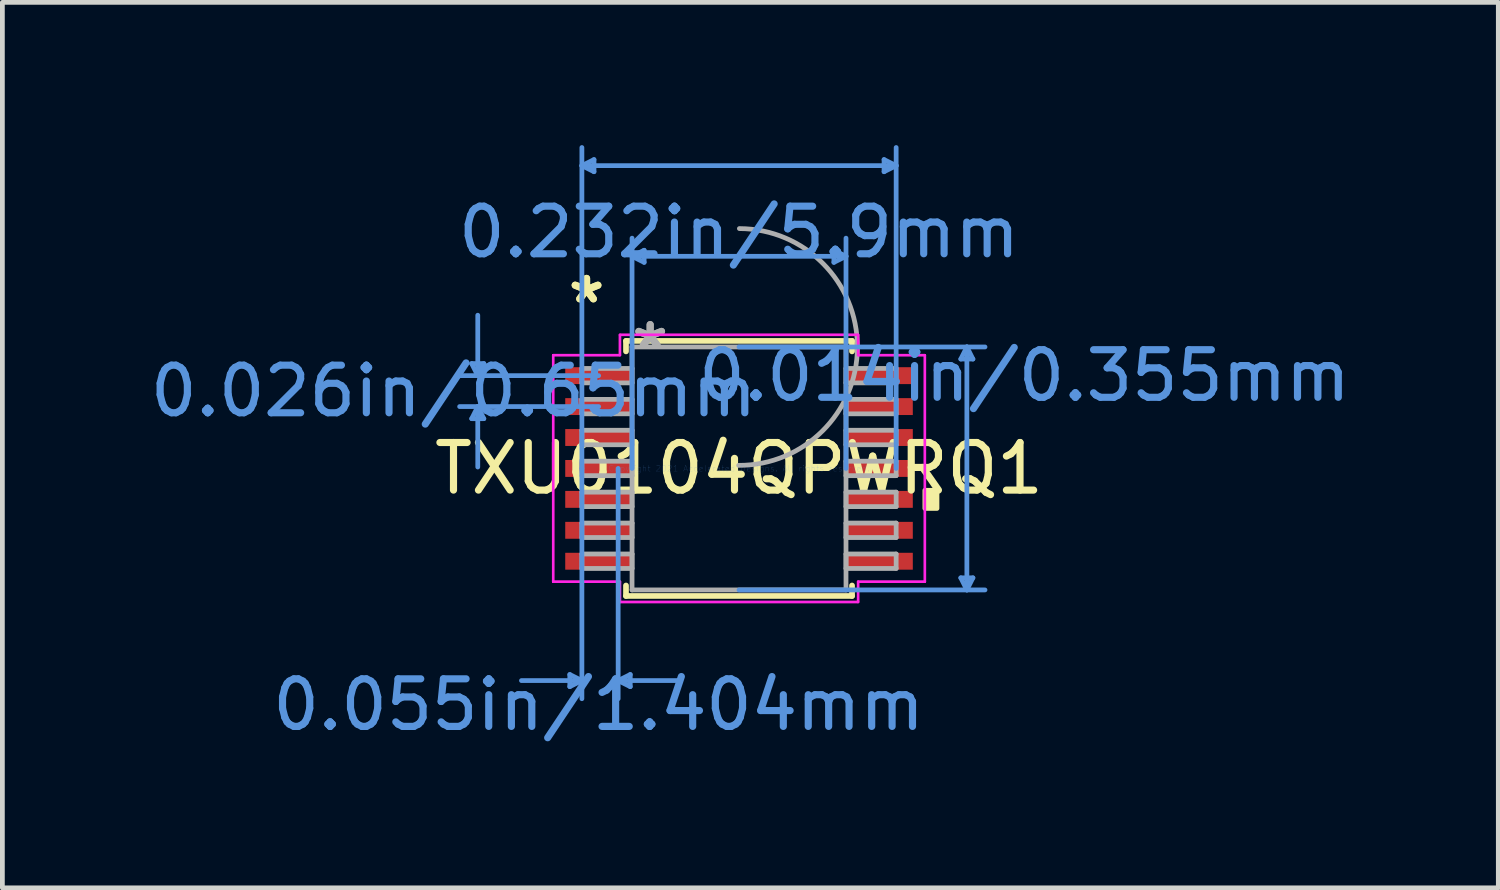
<source format=kicad_pcb>
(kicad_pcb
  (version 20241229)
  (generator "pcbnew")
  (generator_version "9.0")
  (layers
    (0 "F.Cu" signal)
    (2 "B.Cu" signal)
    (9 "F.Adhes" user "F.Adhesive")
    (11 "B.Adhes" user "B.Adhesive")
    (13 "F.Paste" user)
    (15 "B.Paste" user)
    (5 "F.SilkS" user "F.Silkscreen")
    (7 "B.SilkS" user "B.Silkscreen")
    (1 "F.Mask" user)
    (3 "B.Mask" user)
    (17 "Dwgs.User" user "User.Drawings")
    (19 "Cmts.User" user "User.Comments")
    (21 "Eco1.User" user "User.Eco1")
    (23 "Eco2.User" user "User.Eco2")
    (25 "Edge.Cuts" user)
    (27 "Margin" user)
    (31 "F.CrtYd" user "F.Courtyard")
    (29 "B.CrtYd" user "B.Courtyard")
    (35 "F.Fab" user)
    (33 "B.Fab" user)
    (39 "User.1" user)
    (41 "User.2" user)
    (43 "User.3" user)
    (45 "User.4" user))
  (footprint "TXU0104QPWRQ1"
    (layer "F.Cu")
    (at 12.48 6.794)
    (property "Reference" "TXU0104QPWRQ1" (at 0 0 0) (layer "F.SilkS") (effects (font (size 1 1) (thickness 0.15))))
    (attr through_hole)
    (fp_line (start -2.375 -2.68) (end -2.375 -2.46) (stroke (width 0.12) (type solid)) (layer "F.SilkS"))
    (fp_line (start -2.375 2.46) (end -2.375 2.68) (stroke (width 0.12) (type solid)) (layer "F.SilkS"))
    (fp_line (start -2.375 2.68) (end 2.375 2.68) (stroke (width 0.12) (type solid)) (layer "F.SilkS"))
    (fp_line (start 2.375 -2.68) (end -2.375 -2.68) (stroke (width 0.12) (type solid)) (layer "F.SilkS"))
    (fp_line (start 2.375 -2.46) (end 2.375 -2.68) (stroke (width 0.12) (type solid)) (layer "F.SilkS"))
    (fp_line (start 2.375 2.68) (end 2.375 2.46) (stroke (width 0.12) (type solid)) (layer "F.SilkS"))
    (fp_poly (pts (xy 4.16 0.459) (xy 4.16 0.84) (xy 3.906 0.84) (xy 3.906 0.459)) (stroke (width 0.1) (type solid)) (fill yes) (layer "F.SilkS"))
    (fp_line (start -5.617 -2.204) (end -5.363 -2.204) (stroke (width 0.1) (type solid)) (layer "Cmts.User"))
    (fp_line (start -5.617 -1.046) (end -5.363 -1.046) (stroke (width 0.1) (type solid)) (layer "Cmts.User"))
    (fp_line (start -5.49 -1.95) (end -5.617 -2.204) (stroke (width 0.1) (type solid)) (layer "Cmts.User"))
    (fp_line (start -5.49 -1.95) (end -5.49 -3.22) (stroke (width 0.1) (type solid)) (layer "Cmts.User"))
    (fp_line (start -5.49 -1.95) (end -5.363 -2.204) (stroke (width 0.1) (type solid)) (layer "Cmts.User"))
    (fp_line (start -5.49 -1.3) (end -5.617 -1.046) (stroke (width 0.1) (type solid)) (layer "Cmts.User"))
    (fp_line (start -5.49 -1.3) (end -5.49 -0.03) (stroke (width 0.1) (type solid)) (layer "Cmts.User"))
    (fp_line (start -5.49 -1.3) (end -5.363 -1.046) (stroke (width 0.1) (type solid)) (layer "Cmts.User"))
    (fp_line (start -3.556 4.331) (end -3.556 4.585) (stroke (width 0.1) (type solid)) (layer "Cmts.User"))
    (fp_line (start -3.302 -6.363) (end -3.048 -6.49) (stroke (width 0.1) (type solid)) (layer "Cmts.User"))
    (fp_line (start -3.302 -6.363) (end -3.048 -6.236) (stroke (width 0.1) (type solid)) (layer "Cmts.User"))
    (fp_line (start -3.302 -6.363) (end 3.302 -6.363) (stroke (width 0.1) (type solid)) (layer "Cmts.User"))
    (fp_line (start -3.302 0) (end -3.302 -6.744) (stroke (width 0.1) (type solid)) (layer "Cmts.User"))
    (fp_line (start -3.302 0) (end -3.302 4.839) (stroke (width 0.1) (type solid)) (layer "Cmts.User"))
    (fp_line (start -3.302 4.458) (end -4.572 4.458) (stroke (width 0.1) (type solid)) (layer "Cmts.User"))
    (fp_line (start -3.302 4.458) (end -3.556 4.331) (stroke (width 0.1) (type solid)) (layer "Cmts.User"))
    (fp_line (start -3.302 4.458) (end -3.556 4.585) (stroke (width 0.1) (type solid)) (layer "Cmts.User"))
    (fp_line (start -3.048 -6.49) (end -3.048 -6.236) (stroke (width 0.1) (type solid)) (layer "Cmts.User"))
    (fp_line (start -2.95 -1.95) (end -5.871 -1.95) (stroke (width 0.1) (type solid)) (layer "Cmts.User"))
    (fp_line (start -2.95 -1.3) (end -5.871 -1.3) (stroke (width 0.1) (type solid)) (layer "Cmts.User"))
    (fp_line (start -2.54 0) (end -2.54 4.839) (stroke (width 0.1) (type solid)) (layer "Cmts.User"))
    (fp_line (start -2.54 4.458) (end -2.286 4.331) (stroke (width 0.1) (type solid)) (layer "Cmts.User"))
    (fp_line (start -2.54 4.458) (end -2.286 4.585) (stroke (width 0.1) (type solid)) (layer "Cmts.User"))
    (fp_line (start -2.54 4.458) (end -1.27 4.458) (stroke (width 0.1) (type solid)) (layer "Cmts.User"))
    (fp_line (start -2.286 4.331) (end -2.286 4.585) (stroke (width 0.1) (type solid)) (layer "Cmts.User"))
    (fp_line (start -2.248 -4.458) (end -1.994 -4.585) (stroke (width 0.1) (type solid)) (layer "Cmts.User"))
    (fp_line (start -2.248 -4.458) (end -1.994 -4.331) (stroke (width 0.1) (type solid)) (layer "Cmts.User"))
    (fp_line (start -2.248 -4.458) (end 2.248 -4.458) (stroke (width 0.1) (type solid)) (layer "Cmts.User"))
    (fp_line (start -2.248 0) (end -2.248 -4.839) (stroke (width 0.1) (type solid)) (layer "Cmts.User"))
    (fp_line (start -1.994 -4.585) (end -1.994 -4.331) (stroke (width 0.1) (type solid)) (layer "Cmts.User"))
    (fp_line (start 0 -2.553) (end 5.169 -2.553) (stroke (width 0.1) (type solid)) (layer "Cmts.User"))
    (fp_line (start 0 2.553) (end 5.169 2.553) (stroke (width 0.1) (type solid)) (layer "Cmts.User"))
    (fp_line (start 1.994 -4.585) (end 1.994 -4.331) (stroke (width 0.1) (type solid)) (layer "Cmts.User"))
    (fp_line (start 2.248 -4.458) (end 1.994 -4.585) (stroke (width 0.1) (type solid)) (layer "Cmts.User"))
    (fp_line (start 2.248 -4.458) (end 1.994 -4.331) (stroke (width 0.1) (type solid)) (layer "Cmts.User"))
    (fp_line (start 2.248 0) (end 2.248 -4.839) (stroke (width 0.1) (type solid)) (layer "Cmts.User"))
    (fp_line (start 3.048 -6.49) (end 3.048 -6.236) (stroke (width 0.1) (type solid)) (layer "Cmts.User"))
    (fp_line (start 3.302 -6.363) (end 3.048 -6.49) (stroke (width 0.1) (type solid)) (layer "Cmts.User"))
    (fp_line (start 3.302 -6.363) (end 3.048 -6.236) (stroke (width 0.1) (type solid)) (layer "Cmts.User"))
    (fp_line (start 3.302 0) (end 3.302 -6.744) (stroke (width 0.1) (type solid)) (layer "Cmts.User"))
    (fp_line (start 4.661 -2.299) (end 4.915 -2.299) (stroke (width 0.1) (type solid)) (layer "Cmts.User"))
    (fp_line (start 4.661 2.299) (end 4.915 2.299) (stroke (width 0.1) (type solid)) (layer "Cmts.User"))
    (fp_line (start 4.788 -2.553) (end 4.661 -2.299) (stroke (width 0.1) (type solid)) (layer "Cmts.User"))
    (fp_line (start 4.788 -2.553) (end 4.788 2.553) (stroke (width 0.1) (type solid)) (layer "Cmts.User"))
    (fp_line (start 4.788 -2.553) (end 4.915 -2.299) (stroke (width 0.1) (type solid)) (layer "Cmts.User"))
    (fp_line (start 4.788 2.553) (end 4.661 2.299) (stroke (width 0.1) (type solid)) (layer "Cmts.User"))
    (fp_line (start 4.788 2.553) (end 4.915 2.299) (stroke (width 0.1) (type solid)) (layer "Cmts.User"))
    (fp_line (start -3.906 -2.381) (end -2.502 -2.381) (stroke (width 0.05) (type solid)) (layer "F.CrtYd"))
    (fp_line (start -3.906 -2.381) (end -2.502 -2.381) (stroke (width 0.05) (type solid)) (layer "F.CrtYd"))
    (fp_line (start -3.906 2.381) (end -3.906 -2.381) (stroke (width 0.05) (type solid)) (layer "F.CrtYd"))
    (fp_line (start -3.906 2.381) (end -3.906 -2.381) (stroke (width 0.05) (type solid)) (layer "F.CrtYd"))
    (fp_line (start -3.906 2.381) (end -2.502 2.381) (stroke (width 0.05) (type solid)) (layer "F.CrtYd"))
    (fp_line (start -2.502 -2.807) (end 2.502 -2.807) (stroke (width 0.05) (type solid)) (layer "F.CrtYd"))
    (fp_line (start -2.502 -2.807) (end 2.502 -2.807) (stroke (width 0.05) (type solid)) (layer "F.CrtYd"))
    (fp_line (start -2.502 -2.381) (end -2.502 -2.807) (stroke (width 0.05) (type solid)) (layer "F.CrtYd"))
    (fp_line (start -2.502 -2.381) (end -2.502 -2.807) (stroke (width 0.05) (type solid)) (layer "F.CrtYd"))
    (fp_line (start -2.502 2.381) (end -3.906 2.381) (stroke (width 0.05) (type solid)) (layer "F.CrtYd"))
    (fp_line (start -2.502 2.807) (end -2.502 2.381) (stroke (width 0.05) (type solid)) (layer "F.CrtYd"))
    (fp_line (start -2.502 2.807) (end -2.502 2.381) (stroke (width 0.05) (type solid)) (layer "F.CrtYd"))
    (fp_line (start 2.502 -2.807) (end 2.502 -2.381) (stroke (width 0.05) (type solid)) (layer "F.CrtYd"))
    (fp_line (start 2.502 -2.807) (end 2.502 -2.381) (stroke (width 0.05) (type solid)) (layer "F.CrtYd"))
    (fp_line (start 2.502 -2.381) (end 3.906 -2.381) (stroke (width 0.05) (type solid)) (layer "F.CrtYd"))
    (fp_line (start 2.502 2.381) (end 2.502 2.807) (stroke (width 0.05) (type solid)) (layer "F.CrtYd"))
    (fp_line (start 2.502 2.381) (end 2.502 2.807) (stroke (width 0.05) (type solid)) (layer "F.CrtYd"))
    (fp_line (start 2.502 2.807) (end -2.502 2.807) (stroke (width 0.05) (type solid)) (layer "F.CrtYd"))
    (fp_line (start 2.502 2.807) (end -2.502 2.807) (stroke (width 0.05) (type solid)) (layer "F.CrtYd"))
    (fp_line (start 3.906 -2.381) (end 2.502 -2.381) (stroke (width 0.05) (type solid)) (layer "F.CrtYd"))
    (fp_line (start 3.906 -2.381) (end 3.906 2.381) (stroke (width 0.05) (type solid)) (layer "F.CrtYd"))
    (fp_line (start 3.906 -2.381) (end 3.906 2.381) (stroke (width 0.05) (type solid)) (layer "F.CrtYd"))
    (fp_line (start 3.906 2.381) (end 2.502 2.381) (stroke (width 0.05) (type solid)) (layer "F.CrtYd"))
    (fp_line (start 3.906 2.381) (end 2.502 2.381) (stroke (width 0.05) (type solid)) (layer "F.CrtYd"))
    (fp_line (start -3.302 -2.102) (end -3.302 -1.798) (stroke (width 0.1) (type solid)) (layer "F.Fab"))
    (fp_line (start -3.302 -1.798) (end -2.248 -1.798) (stroke (width 0.1) (type solid)) (layer "F.Fab"))
    (fp_line (start -3.302 -1.452) (end -3.302 -1.148) (stroke (width 0.1) (type solid)) (layer "F.Fab"))
    (fp_line (start -3.302 -1.148) (end -2.248 -1.148) (stroke (width 0.1) (type solid)) (layer "F.Fab"))
    (fp_line (start -3.302 -0.802) (end -3.302 -0.498) (stroke (width 0.1) (type solid)) (layer "F.Fab"))
    (fp_line (start -3.302 -0.498) (end -2.248 -0.498) (stroke (width 0.1) (type solid)) (layer "F.Fab"))
    (fp_line (start -3.302 -0.152) (end -3.302 0.152) (stroke (width 0.1) (type solid)) (layer "F.Fab"))
    (fp_line (start -3.302 0.152) (end -2.248 0.152) (stroke (width 0.1) (type solid)) (layer "F.Fab"))
    (fp_line (start -3.302 0.498) (end -3.302 0.802) (stroke (width 0.1) (type solid)) (layer "F.Fab"))
    (fp_line (start -3.302 0.802) (end -2.248 0.802) (stroke (width 0.1) (type solid)) (layer "F.Fab"))
    (fp_line (start -3.302 1.148) (end -3.302 1.452) (stroke (width 0.1) (type solid)) (layer "F.Fab"))
    (fp_line (start -3.302 1.452) (end -2.248 1.452) (stroke (width 0.1) (type solid)) (layer "F.Fab"))
    (fp_line (start -3.302 1.798) (end -3.302 2.102) (stroke (width 0.1) (type solid)) (layer "F.Fab"))
    (fp_line (start -3.302 2.102) (end -2.248 2.102) (stroke (width 0.1) (type solid)) (layer "F.Fab"))
    (fp_line (start -2.248 -2.553) (end -2.248 2.553) (stroke (width 0.1) (type solid)) (layer "F.Fab"))
    (fp_line (start -2.248 -2.102) (end -3.302 -2.102) (stroke (width 0.1) (type solid)) (layer "F.Fab"))
    (fp_line (start -2.248 -1.798) (end -2.248 -2.102) (stroke (width 0.1) (type solid)) (layer "F.Fab"))
    (fp_line (start -2.248 -1.452) (end -3.302 -1.452) (stroke (width 0.1) (type solid)) (layer "F.Fab"))
    (fp_line (start -2.248 -1.148) (end -2.248 -1.452) (stroke (width 0.1) (type solid)) (layer "F.Fab"))
    (fp_line (start -2.248 -0.802) (end -3.302 -0.802) (stroke (width 0.1) (type solid)) (layer "F.Fab"))
    (fp_line (start -2.248 -0.498) (end -2.248 -0.802) (stroke (width 0.1) (type solid)) (layer "F.Fab"))
    (fp_line (start -2.248 -0.152) (end -3.302 -0.152) (stroke (width 0.1) (type solid)) (layer "F.Fab"))
    (fp_line (start -2.248 0.152) (end -2.248 -0.152) (stroke (width 0.1) (type solid)) (layer "F.Fab"))
    (fp_line (start -2.248 0.498) (end -3.302 0.498) (stroke (width 0.1) (type solid)) (layer "F.Fab"))
    (fp_line (start -2.248 0.802) (end -2.248 0.498) (stroke (width 0.1) (type solid)) (layer "F.Fab"))
    (fp_line (start -2.248 1.148) (end -3.302 1.148) (stroke (width 0.1) (type solid)) (layer "F.Fab"))
    (fp_line (start -2.248 1.452) (end -2.248 1.148) (stroke (width 0.1) (type solid)) (layer "F.Fab"))
    (fp_line (start -2.248 1.798) (end -3.302 1.798) (stroke (width 0.1) (type solid)) (layer "F.Fab"))
    (fp_line (start -2.248 2.102) (end -2.248 1.798) (stroke (width 0.1) (type solid)) (layer "F.Fab"))
    (fp_line (start -2.248 2.553) (end 2.248 2.553) (stroke (width 0.1) (type solid)) (layer "F.Fab"))
    (fp_line (start 2.248 -2.553) (end -2.248 -2.553) (stroke (width 0.1) (type solid)) (layer "F.Fab"))
    (fp_line (start 2.248 -2.102) (end 2.248 -1.798) (stroke (width 0.1) (type solid)) (layer "F.Fab"))
    (fp_line (start 2.248 -1.798) (end 3.302 -1.798) (stroke (width 0.1) (type solid)) (layer "F.Fab"))
    (fp_line (start 2.248 -1.452) (end 2.248 -1.148) (stroke (width 0.1) (type solid)) (layer "F.Fab"))
    (fp_line (start 2.248 -1.148) (end 3.302 -1.148) (stroke (width 0.1) (type solid)) (layer "F.Fab"))
    (fp_line (start 2.248 -0.802) (end 2.248 -0.498) (stroke (width 0.1) (type solid)) (layer "F.Fab"))
    (fp_line (start 2.248 -0.498) (end 3.302 -0.498) (stroke (width 0.1) (type solid)) (layer "F.Fab"))
    (fp_line (start 2.248 -0.152) (end 2.248 0.152) (stroke (width 0.1) (type solid)) (layer "F.Fab"))
    (fp_line (start 2.248 0.152) (end 3.302 0.152) (stroke (width 0.1) (type solid)) (layer "F.Fab"))
    (fp_line (start 2.248 0.498) (end 2.248 0.802) (stroke (width 0.1) (type solid)) (layer "F.Fab"))
    (fp_line (start 2.248 0.802) (end 3.302 0.802) (stroke (width 0.1) (type solid)) (layer "F.Fab"))
    (fp_line (start 2.248 1.148) (end 2.248 1.452) (stroke (width 0.1) (type solid)) (layer "F.Fab"))
    (fp_line (start 2.248 1.452) (end 3.302 1.452) (stroke (width 0.1) (type solid)) (layer "F.Fab"))
    (fp_line (start 2.248 1.798) (end 2.248 2.102) (stroke (width 0.1) (type solid)) (layer "F.Fab"))
    (fp_line (start 2.248 2.102) (end 3.302 2.102) (stroke (width 0.1) (type solid)) (layer "F.Fab"))
    (fp_line (start 2.248 2.553) (end 2.248 -2.553) (stroke (width 0.1) (type solid)) (layer "F.Fab"))
    (fp_line (start 3.302 -2.102) (end 2.248 -2.102) (stroke (width 0.1) (type solid)) (layer "F.Fab"))
    (fp_line (start 3.302 -1.798) (end 3.302 -2.102) (stroke (width 0.1) (type solid)) (layer "F.Fab"))
    (fp_line (start 3.302 -1.452) (end 2.248 -1.452) (stroke (width 0.1) (type solid)) (layer "F.Fab"))
    (fp_line (start 3.302 -1.148) (end 3.302 -1.452) (stroke (width 0.1) (type solid)) (layer "F.Fab"))
    (fp_line (start 3.302 -0.802) (end 2.248 -0.802) (stroke (width 0.1) (type solid)) (layer "F.Fab"))
    (fp_line (start 3.302 -0.498) (end 3.302 -0.802) (stroke (width 0.1) (type solid)) (layer "F.Fab"))
    (fp_line (start 3.302 -0.152) (end 2.248 -0.152) (stroke (width 0.1) (type solid)) (layer "F.Fab"))
    (fp_line (start 3.302 0.152) (end 3.302 -0.152) (stroke (width 0.1) (type solid)) (layer "F.Fab"))
    (fp_line (start 3.302 0.498) (end 2.248 0.498) (stroke (width 0.1) (type solid)) (layer "F.Fab"))
    (fp_line (start 3.302 0.802) (end 3.302 0.498) (stroke (width 0.1) (type solid)) (layer "F.Fab"))
    (fp_line (start 3.302 1.148) (end 2.248 1.148) (stroke (width 0.1) (type solid)) (layer "F.Fab"))
    (fp_line (start 3.302 1.452) (end 3.302 1.148) (stroke (width 0.1) (type solid)) (layer "F.Fab"))
    (fp_line (start 3.302 1.798) (end 2.248 1.798) (stroke (width 0.1) (type solid)) (layer "F.Fab"))
    (fp_line (start 3.302 2.102) (end 3.302 1.798) (stroke (width 0.1) (type solid)) (layer "F.Fab"))
    (fp_arc (start 0.007742 -5.040561) (mid 2.487861 -2.544958) (end -0.007742 -0.064839) (stroke (width 0.1) (type solid)) (layer "F.Fab"))
    (fp_text user "*" (at -3.204 -3.448 0) (layer "F.SilkS") (effects (font (size 1 1) (thickness 0.15))))
    (fp_text user "*" (at -3.204 -3.448 0) (layer "F.SilkS") (effects (font (size 1 1) (thickness 0.15))))
    (fp_text user "0.055in/1.404mm" (at -2.95 4.966 0) (layer "Cmts.User") (effects (font (size 1 1) (thickness 0.15))))
    (fp_text user "Copyright 2021 Accelerated Designs. All rights reserved." (at 0 0 0) (layer "Cmts.User") (effects (font (size 0.127 0.127) (thickness 0.002))))
    (fp_text user "0.232in/5.9mm" (at 0 -4.966 0) (layer "Cmts.User") (effects (font (size 1 1) (thickness 0.15))))
    (fp_text user "0.026in/0.65mm" (at -5.998 -1.625 0) (layer "Cmts.User") (effects (font (size 1 1) (thickness 0.15))))
    (fp_text user "0.014in/0.355mm" (at 5.998 -1.95 0) (layer "Cmts.User") (effects (font (size 1 1) (thickness 0.15))))
    (fp_text user "*" (at -1.867 -2.477 0) (layer "F.Fab") (effects (font (size 1 1) (thickness 0.15))))
    (fp_text user "*" (at -1.867 -2.477 0) (layer "F.Fab") (effects (font (size 1 1) (thickness 0.15))))
    (pad "1" smd rect (at -2.95 -1.95) (size 1.404 0.355) (layers "F.Cu" "F.Mask" "F.Paste"))
    (pad "2" smd rect (at -2.95 -1.3) (size 1.404 0.355) (layers "F.Cu" "F.Mask" "F.Paste"))
    (pad "3" smd rect (at -2.95 -0.65) (size 1.404 0.355) (layers "F.Cu" "F.Mask" "F.Paste"))
    (pad "4" smd rect (at -2.95 0) (size 1.404 0.355) (layers "F.Cu" "F.Mask" "F.Paste"))
    (pad "5" smd rect (at -2.95 0.65) (size 1.404 0.355) (layers "F.Cu" "F.Mask" "F.Paste"))
    (pad "6" smd rect (at -2.95 1.3) (size 1.404 0.355) (layers "F.Cu" "F.Mask" "F.Paste"))
    (pad "7" smd rect (at -2.95 1.95) (size 1.404 0.355) (layers "F.Cu" "F.Mask" "F.Paste"))
    (pad "8" smd rect (at 2.95 1.95) (size 1.404 0.355) (layers "F.Cu" "F.Mask" "F.Paste"))
    (pad "9" smd rect (at 2.95 1.3) (size 1.404 0.355) (layers "F.Cu" "F.Mask" "F.Paste"))
    (pad "10" smd rect (at 2.95 0.65) (size 1.404 0.355) (layers "F.Cu" "F.Mask" "F.Paste"))
    (pad "11" smd rect (at 2.95 0) (size 1.404 0.355) (layers "F.Cu" "F.Mask" "F.Paste"))
    (pad "12" smd rect (at 2.95 -0.65) (size 1.404 0.355) (layers "F.Cu" "F.Mask" "F.Paste"))
    (pad "13" smd rect (at 2.95 -1.3) (size 1.404 0.355) (layers "F.Cu" "F.Mask" "F.Paste"))
    (pad "14" smd rect (at 2.95 -1.95) (size 1.404 0.355) (layers "F.Cu" "F.Mask" "F.Paste")))
  (gr_rect
    (start -3 -3)
    (end 28.436 15.608)
    (stroke (width 0.1) (type default))
    (fill no)
    (layer "Edge.Cuts")))
</source>
